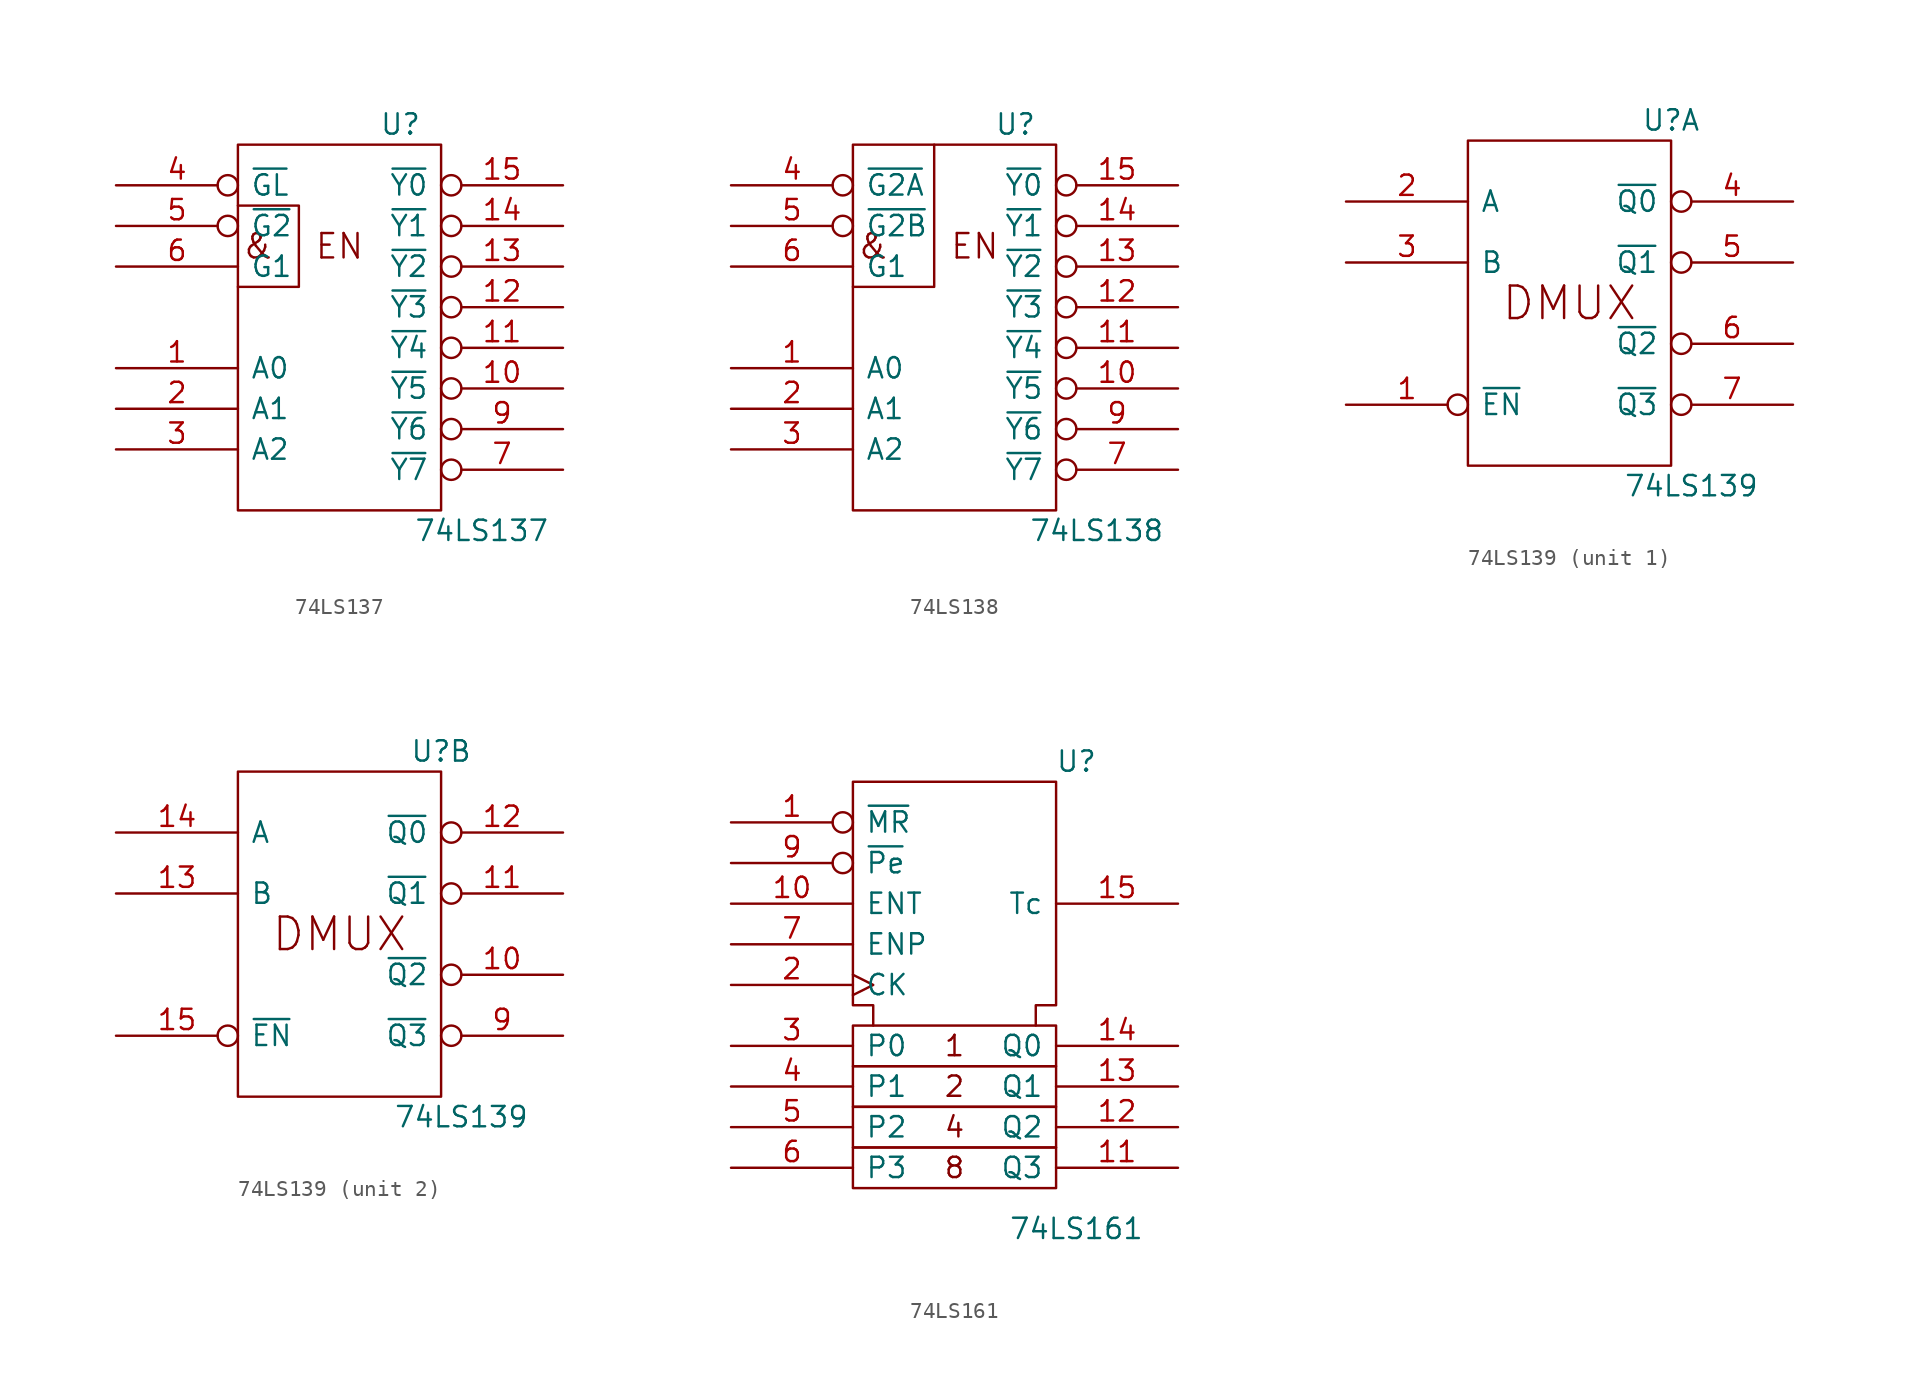
<source format=kicad_sym>
(kicad_symbol_lib
  (version 20201005)
  (generator kicad_symbol_editor)
  (symbol "74xx_IEEE:74LS137"
    (pin_names
      (offset 0.762))
    (property "Reference" "U"
      (at 3.81 8.89 0)
      (effects (font (size 1.27 1.27))))
    (property "Value" "74LS137"
      (at 8.89 -16.51 0)
      (effects (font (size 1.27 1.27))))
    (symbol "74LS137_0_0"
      (text "&" (at -5.08 1.27 0) (effects (font (size 1.524 1.524))))
      (text "EN" (at 0 1.27 0) (effects (font (size 1.524 1.524))))
      (polyline (pts (xy -6.35 3.81) (xy -2.54 3.81) (xy -2.54 -1.27) (xy -6.35 -1.27) (xy -6.35 -1.27)) (stroke (width 0)) (fill (type none)))
      (pin power_in line (at 0 7.62 270) (length 0) hide (name "VCC" (effects (font (size 1.27 1.27)))) (number "16" (effects (font (size 1.27 1.27))))))
    (symbol "74LS137_0_1"
      (rectangle (start -6.35 7.62) (end 6.35 -15.24) (stroke (width 0)) (fill (type none))))
    (symbol "74LS137_1_1"
      (pin input line (at -13.97 -6.35 0) (length 7.62) (name "A0" (effects (font (size 1.27 1.27)))) (number "1" (effects (font (size 1.27 1.27)))))
      (pin output inverted (at 13.97 -7.62 180) (length 7.62) (name "~Y5" (effects (font (size 1.27 1.27)))) (number "10" (effects (font (size 1.27 1.27)))))
      (pin output inverted (at 13.97 -5.08 180) (length 7.62) (name "~Y4" (effects (font (size 1.27 1.27)))) (number "11" (effects (font (size 1.27 1.27)))))
      (pin output inverted (at 13.97 -2.54 180) (length 7.62) (name "~Y3" (effects (font (size 1.27 1.27)))) (number "12" (effects (font (size 1.27 1.27)))))
      (pin output inverted (at 13.97 0 180) (length 7.62) (name "~Y2" (effects (font (size 1.27 1.27)))) (number "13" (effects (font (size 1.27 1.27)))))
      (pin output inverted (at 13.97 2.54 180) (length 7.62) (name "~Y1" (effects (font (size 1.27 1.27)))) (number "14" (effects (font (size 1.27 1.27)))))
      (pin output inverted (at 13.97 5.08 180) (length 7.62) (name "~Y0" (effects (font (size 1.27 1.27)))) (number "15" (effects (font (size 1.27 1.27)))))
      (pin input line (at -13.97 -8.89 0) (length 7.62) (name "A1" (effects (font (size 1.27 1.27)))) (number "2" (effects (font (size 1.27 1.27)))))
      (pin input line (at -13.97 -11.43 0) (length 7.62) (name "A2" (effects (font (size 1.27 1.27)))) (number "3" (effects (font (size 1.27 1.27)))))
      (pin input inverted (at -13.97 5.08 0) (length 7.62) (name "~GL" (effects (font (size 1.27 1.27)))) (number "4" (effects (font (size 1.27 1.27)))))
      (pin input inverted (at -13.97 2.54 0) (length 7.62) (name "~G2" (effects (font (size 1.27 1.27)))) (number "5" (effects (font (size 1.27 1.27)))))
      (pin input line (at -13.97 0 0) (length 7.62) (name "G1" (effects (font (size 1.27 1.27)))) (number "6" (effects (font (size 1.27 1.27)))))
      (pin output inverted (at 13.97 -12.7 180) (length 7.62) (name "~Y7" (effects (font (size 1.27 1.27)))) (number "7" (effects (font (size 1.27 1.27)))))
      (pin power_in line (at 0 -15.24 90) (length 0) hide (name "GND" (effects (font (size 1.27 1.27)))) (number "8" (effects (font (size 1.27 1.27)))))
      (pin output inverted (at 13.97 -10.16 180) (length 7.62) (name "~Y6" (effects (font (size 1.27 1.27)))) (number "9" (effects (font (size 1.27 1.27)))))))
  (symbol "74xx_IEEE:74LS138"
    (pin_names
      (offset 0.762))
    (property "Reference" "U"
      (at 3.81 8.89 0)
      (effects (font (size 1.27 1.27))))
    (property "Value" "74LS138"
      (at 8.89 -16.51 0)
      (effects (font (size 1.27 1.27))))
    (symbol "74LS138_0_0"
      (text "&" (at -5.08 1.27 0) (effects (font (size 1.524 1.524))))
      (text "EN" (at 1.27 1.27 0) (effects (font (size 1.524 1.524))))
      (polyline (pts (xy -1.27 7.62) (xy -1.27 -1.27) (xy -6.35 -1.27) (xy -6.35 -1.27)) (stroke (width 0)) (fill (type none)))
      (pin power_in line (at 0 7.62 270) (length 0) hide (name "VCC" (effects (font (size 1.27 1.27)))) (number "16" (effects (font (size 1.27 1.27))))))
    (symbol "74LS138_0_1"
      (rectangle (start -6.35 7.62) (end 6.35 -15.24) (stroke (width 0)) (fill (type none))))
    (symbol "74LS138_1_1"
      (pin input line (at -13.97 -6.35 0) (length 7.62) (name "A0" (effects (font (size 1.27 1.27)))) (number "1" (effects (font (size 1.27 1.27)))))
      (pin output inverted (at 13.97 -7.62 180) (length 7.62) (name "~Y5" (effects (font (size 1.27 1.27)))) (number "10" (effects (font (size 1.27 1.27)))))
      (pin output inverted (at 13.97 -5.08 180) (length 7.62) (name "~Y4" (effects (font (size 1.27 1.27)))) (number "11" (effects (font (size 1.27 1.27)))))
      (pin output inverted (at 13.97 -2.54 180) (length 7.62) (name "~Y3" (effects (font (size 1.27 1.27)))) (number "12" (effects (font (size 1.27 1.27)))))
      (pin output inverted (at 13.97 0 180) (length 7.62) (name "~Y2" (effects (font (size 1.27 1.27)))) (number "13" (effects (font (size 1.27 1.27)))))
      (pin output inverted (at 13.97 2.54 180) (length 7.62) (name "~Y1" (effects (font (size 1.27 1.27)))) (number "14" (effects (font (size 1.27 1.27)))))
      (pin output inverted (at 13.97 5.08 180) (length 7.62) (name "~Y0" (effects (font (size 1.27 1.27)))) (number "15" (effects (font (size 1.27 1.27)))))
      (pin input line (at -13.97 -8.89 0) (length 7.62) (name "A1" (effects (font (size 1.27 1.27)))) (number "2" (effects (font (size 1.27 1.27)))))
      (pin input line (at -13.97 -11.43 0) (length 7.62) (name "A2" (effects (font (size 1.27 1.27)))) (number "3" (effects (font (size 1.27 1.27)))))
      (pin input inverted (at -13.97 5.08 0) (length 7.62) (name "~G2A" (effects (font (size 1.27 1.27)))) (number "4" (effects (font (size 1.27 1.27)))))
      (pin input inverted (at -13.97 2.54 0) (length 7.62) (name "~G2B" (effects (font (size 1.27 1.27)))) (number "5" (effects (font (size 1.27 1.27)))))
      (pin input line (at -13.97 0 0) (length 7.62) (name "G1" (effects (font (size 1.27 1.27)))) (number "6" (effects (font (size 1.27 1.27)))))
      (pin output inverted (at 13.97 -12.7 180) (length 7.62) (name "~Y7" (effects (font (size 1.27 1.27)))) (number "7" (effects (font (size 1.27 1.27)))))
      (pin power_in line (at 0 -15.24 90) (length 0) hide (name "GND" (effects (font (size 1.27 1.27)))) (number "8" (effects (font (size 1.27 1.27)))))
      (pin output inverted (at 13.97 -10.16 180) (length 7.62) (name "~Y6" (effects (font (size 1.27 1.27)))) (number "9" (effects (font (size 1.27 1.27)))))))
  (symbol "74xx_IEEE:74LS139"
    (pin_names
      (offset 0.762))
    (property "Reference" "U"
      (at 6.35 11.43 0)
      (effects (font (size 1.27 1.27))))
    (property "Value" "74LS139"
      (at 7.62 -11.43 0)
      (effects (font (size 1.27 1.27))))
    (symbol "74LS139_0_0"
      (text "DMUX" (at 0 0 0) (effects (font (size 2.032 2.032))))
      (rectangle (start -6.35 10.16) (end 6.35 -10.16) (stroke (width 0)) (fill (type none)))
      (pin power_in line (at 0 10.16 270) (length 0) hide (name "VCC" (effects (font (size 1.27 1.27)))) (number "16" (effects (font (size 1.27 1.27)))))
      (pin power_in line (at 0 -10.16 90) (length 0) hide (name "GND" (effects (font (size 1.27 1.27)))) (number "8" (effects (font (size 1.27 1.27))))))
    (symbol "74LS139_1_1"
      (pin input inverted (at -13.97 -6.35 0) (length 7.62) (name "~EN" (effects (font (size 1.27 1.27)))) (number "1" (effects (font (size 1.27 1.27)))))
      (pin input line (at -13.97 6.35 0) (length 7.62) (name "A" (effects (font (size 1.27 1.27)))) (number "2" (effects (font (size 1.27 1.27)))))
      (pin input line (at -13.97 2.54 0) (length 7.62) (name "B" (effects (font (size 1.27 1.27)))) (number "3" (effects (font (size 1.27 1.27)))))
      (pin output inverted (at 13.97 6.35 180) (length 7.62) (name "~Q0" (effects (font (size 1.27 1.27)))) (number "4" (effects (font (size 1.27 1.27)))))
      (pin output inverted (at 13.97 2.54 180) (length 7.62) (name "~Q1" (effects (font (size 1.27 1.27)))) (number "5" (effects (font (size 1.27 1.27)))))
      (pin output inverted (at 13.97 -2.54 180) (length 7.62) (name "~Q2" (effects (font (size 1.27 1.27)))) (number "6" (effects (font (size 1.27 1.27)))))
      (pin output inverted (at 13.97 -6.35 180) (length 7.62) (name "~Q3" (effects (font (size 1.27 1.27)))) (number "7" (effects (font (size 1.27 1.27))))))
    (symbol "74LS139_2_1"
      (pin output inverted (at 13.97 -2.54 180) (length 7.62) (name "~Q2" (effects (font (size 1.27 1.27)))) (number "10" (effects (font (size 1.27 1.27)))))
      (pin output inverted (at 13.97 2.54 180) (length 7.62) (name "~Q1" (effects (font (size 1.27 1.27)))) (number "11" (effects (font (size 1.27 1.27)))))
      (pin output inverted (at 13.97 6.35 180) (length 7.62) (name "~Q0" (effects (font (size 1.27 1.27)))) (number "12" (effects (font (size 1.27 1.27)))))
      (pin input line (at -13.97 2.54 0) (length 7.62) (name "B" (effects (font (size 1.27 1.27)))) (number "13" (effects (font (size 1.27 1.27)))))
      (pin input line (at -13.97 6.35 0) (length 7.62) (name "A" (effects (font (size 1.27 1.27)))) (number "14" (effects (font (size 1.27 1.27)))))
      (pin input inverted (at -13.97 -6.35 0) (length 7.62) (name "~EN" (effects (font (size 1.27 1.27)))) (number "15" (effects (font (size 1.27 1.27)))))
      (pin output inverted (at 13.97 -6.35 180) (length 7.62) (name "~Q3" (effects (font (size 1.27 1.27)))) (number "9" (effects (font (size 1.27 1.27)))))))
  (symbol "74xx_IEEE:74LS161"
    (pin_names
      (offset 0.762))
    (property "Reference" "U"
      (at 7.62 15.24 0)
      (effects (font (size 1.27 1.27))))
    (property "Value" "74LS161"
      (at 7.62 -13.97 0)
      (effects (font (size 1.27 1.27))))
    (symbol "74LS161_0_0"
      (text "1" (at 0 -2.54 0) (effects (font (size 1.27 1.27))))
      (text "2" (at 0 -5.08 0) (effects (font (size 1.27 1.27))))
      (text "4" (at 0 -7.62 0) (effects (font (size 1.27 1.27))))
      (text "8" (at 0 -10.16 0) (effects (font (size 1.27 1.27))))
      (rectangle (start -6.35 -8.89) (end 6.35 -11.43) (stroke (width 0)) (fill (type none)))
      (rectangle (start -6.35 -6.35) (end 6.35 -8.89) (stroke (width 0)) (fill (type none)))
      (rectangle (start -6.35 -3.81) (end 6.35 -6.35) (stroke (width 0)) (fill (type none)))
      (rectangle (start -6.35 -1.27) (end 6.35 -3.81) (stroke (width 0)) (fill (type none)))
      (polyline (pts (xy -5.08 -1.27) (xy -5.08 0) (xy -6.35 0) (xy -6.35 13.97) (xy 6.35 13.97) (xy 6.35 0) (xy 5.08 0) (xy 5.08 -1.27) (xy 5.08 -1.27)) (stroke (width 0)) (fill (type none)))
      (pin power_in line (at 3.81 13.97 270) (length 0) hide (name "VCC" (effects (font (size 1.27 1.27)))) (number "16" (effects (font (size 1.27 1.27)))))
      (pin power_in line (at 1.27 13.97 270) (length 0) hide (name "GND" (effects (font (size 1.27 1.27)))) (number "8" (effects (font (size 1.27 1.27))))))
    (symbol "74LS161_1_1"
      (pin input inverted (at -13.97 11.43 0) (length 7.62) (name "~MR" (effects (font (size 1.27 1.27)))) (number "1" (effects (font (size 1.27 1.27)))))
      (pin input line (at -13.97 6.35 0) (length 7.62) (name "ENT" (effects (font (size 1.27 1.27)))) (number "10" (effects (font (size 1.27 1.27)))))
      (pin output line (at 13.97 -10.16 180) (length 7.62) (name "Q3" (effects (font (size 1.27 1.27)))) (number "11" (effects (font (size 1.27 1.27)))))
      (pin output line (at 13.97 -7.62 180) (length 7.62) (name "Q2" (effects (font (size 1.27 1.27)))) (number "12" (effects (font (size 1.27 1.27)))))
      (pin output line (at 13.97 -5.08 180) (length 7.62) (name "Q1" (effects (font (size 1.27 1.27)))) (number "13" (effects (font (size 1.27 1.27)))))
      (pin output line (at 13.97 -2.54 180) (length 7.62) (name "Q0" (effects (font (size 1.27 1.27)))) (number "14" (effects (font (size 1.27 1.27)))))
      (pin output line (at 13.97 6.35 180) (length 7.62) (name "Tc" (effects (font (size 1.27 1.27)))) (number "15" (effects (font (size 1.27 1.27)))))
      (pin input clock (at -13.97 1.27 0) (length 7.62) (name "CK" (effects (font (size 1.27 1.27)))) (number "2" (effects (font (size 1.27 1.27)))))
      (pin input line (at -13.97 -2.54 0) (length 7.62) (name "P0" (effects (font (size 1.27 1.27)))) (number "3" (effects (font (size 1.27 1.27)))))
      (pin input line (at -13.97 -5.08 0) (length 7.62) (name "P1" (effects (font (size 1.27 1.27)))) (number "4" (effects (font (size 1.27 1.27)))))
      (pin input line (at -13.97 -7.62 0) (length 7.62) (name "P2" (effects (font (size 1.27 1.27)))) (number "5" (effects (font (size 1.27 1.27)))))
      (pin input line (at -13.97 -10.16 0) (length 7.62) (name "P3" (effects (font (size 1.27 1.27)))) (number "6" (effects (font (size 1.27 1.27)))))
      (pin input line (at -13.97 3.81 0) (length 7.62) (name "ENP" (effects (font (size 1.27 1.27)))) (number "7" (effects (font (size 1.27 1.27)))))
      (pin input inverted (at -13.97 8.89 0) (length 7.62) (name "~Pe" (effects (font (size 1.27 1.27)))) (number "9" (effects (font (size 1.27 1.27))))))))
</source>
